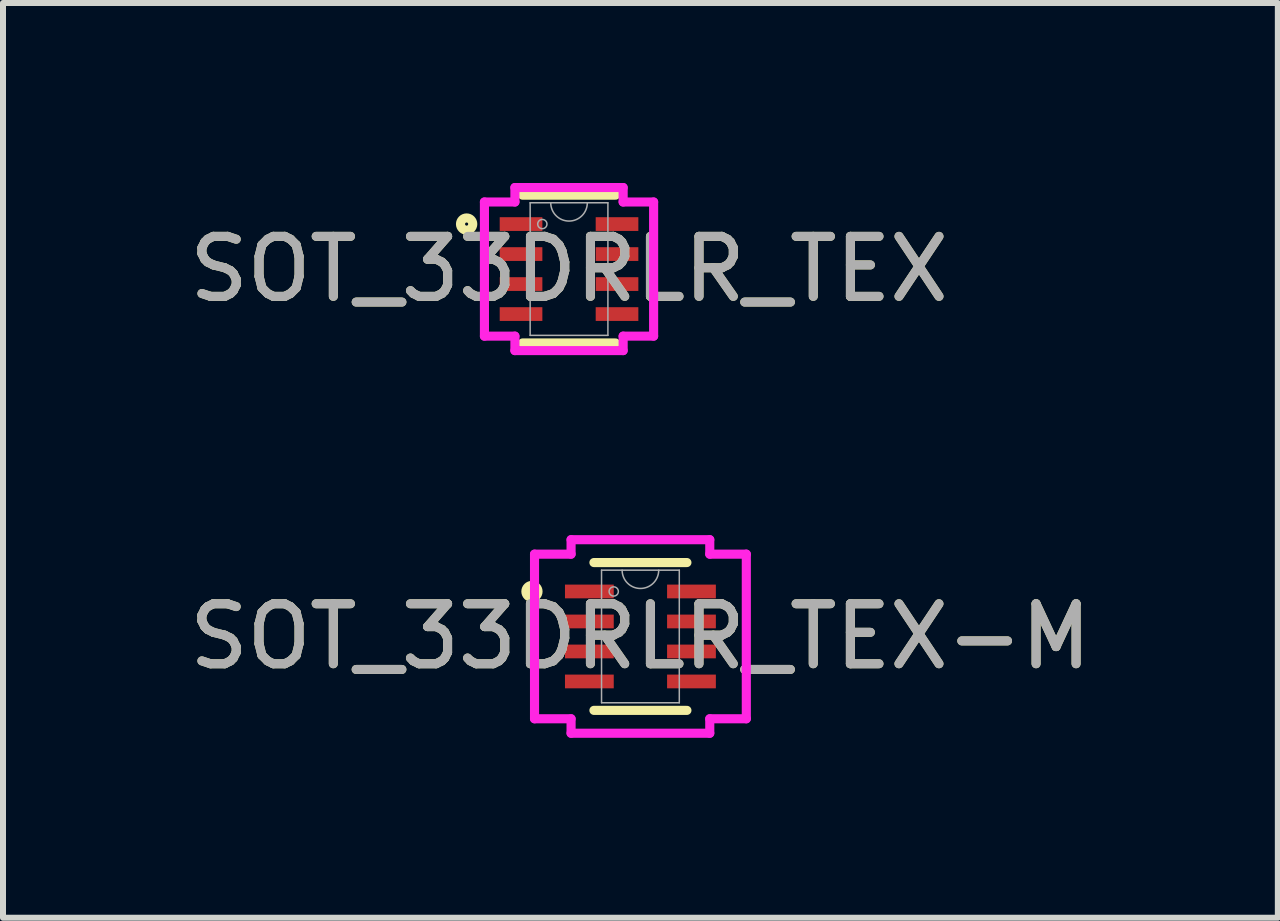
<source format=kicad_pcb>
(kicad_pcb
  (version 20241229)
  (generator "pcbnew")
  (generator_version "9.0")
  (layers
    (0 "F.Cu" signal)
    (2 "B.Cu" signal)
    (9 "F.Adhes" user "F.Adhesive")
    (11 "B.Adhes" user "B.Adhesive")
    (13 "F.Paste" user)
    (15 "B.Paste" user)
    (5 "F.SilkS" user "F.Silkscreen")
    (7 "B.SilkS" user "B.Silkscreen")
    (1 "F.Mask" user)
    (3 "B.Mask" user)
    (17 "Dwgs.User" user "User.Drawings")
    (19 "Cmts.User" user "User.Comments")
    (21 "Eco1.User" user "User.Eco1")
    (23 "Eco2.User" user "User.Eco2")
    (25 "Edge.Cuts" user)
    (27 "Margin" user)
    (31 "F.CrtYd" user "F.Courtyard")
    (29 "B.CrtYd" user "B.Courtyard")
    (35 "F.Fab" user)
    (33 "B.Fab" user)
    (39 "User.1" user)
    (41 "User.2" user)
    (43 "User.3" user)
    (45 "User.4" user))
  (footprint "SOT_33DRLR_TEX-M"
    (layer "F.Cu")
    (at 7.625 7.559)
    (property "Reference" "SOT_33DRLR_TEX-M" (at 0 0 0) (unlocked yes) (layer "F.SilkS") (effects (font (size 1 1) (thickness 0.15))))
    (attr smd)
    (fp_line (start -0.775 1.232) (end 0.775 1.232) (stroke (width 0.152) (type solid)) (layer "F.SilkS"))
    (fp_line (start 0.775 -1.232) (end -0.775 -1.232) (stroke (width 0.152) (type solid)) (layer "F.SilkS"))
    (fp_circle (center -1.808 -0.75) (end -1.707 -0.75) (stroke (width 0.152) (type solid)) (fill no) (layer "F.SilkS"))
    (fp_line (start -1.765 -1.372) (end -1.156 -1.372) (stroke (width 0.152) (type solid)) (layer "F.CrtYd"))
    (fp_line (start -1.765 1.372) (end -1.765 -1.372) (stroke (width 0.152) (type solid)) (layer "F.CrtYd"))
    (fp_line (start -1.765 1.372) (end -1.156 1.372) (stroke (width 0.152) (type solid)) (layer "F.CrtYd"))
    (fp_line (start -1.156 -1.613) (end 1.156 -1.613) (stroke (width 0.152) (type solid)) (layer "F.CrtYd"))
    (fp_line (start -1.156 -1.372) (end -1.156 -1.613) (stroke (width 0.152) (type solid)) (layer "F.CrtYd"))
    (fp_line (start -1.156 1.613) (end -1.156 1.372) (stroke (width 0.152) (type solid)) (layer "F.CrtYd"))
    (fp_line (start 1.156 -1.613) (end 1.156 -1.372) (stroke (width 0.152) (type solid)) (layer "F.CrtYd"))
    (fp_line (start 1.156 1.372) (end 1.156 1.613) (stroke (width 0.152) (type solid)) (layer "F.CrtYd"))
    (fp_line (start 1.156 1.613) (end -1.156 1.613) (stroke (width 0.152) (type solid)) (layer "F.CrtYd"))
    (fp_line (start 1.765 -1.372) (end 1.156 -1.372) (stroke (width 0.152) (type solid)) (layer "F.CrtYd"))
    (fp_line (start 1.765 -1.372) (end 1.765 1.372) (stroke (width 0.152) (type solid)) (layer "F.CrtYd"))
    (fp_line (start 1.765 1.372) (end 1.156 1.372) (stroke (width 0.152) (type solid)) (layer "F.CrtYd"))
    (fp_line (start -0.648 -1.105) (end -0.648 1.105) (stroke (width 0.025) (type solid)) (layer "F.Fab"))
    (fp_line (start -0.648 1.105) (end 0.648 1.105) (stroke (width 0.025) (type solid)) (layer "F.Fab"))
    (fp_line (start 0.648 -1.105) (end -0.648 -1.105) (stroke (width 0.025) (type solid)) (layer "F.Fab"))
    (fp_line (start 0.648 1.105) (end 0.648 -1.105) (stroke (width 0.025) (type solid)) (layer "F.Fab"))
    (fp_arc (start 0.3048 -1.1049) (mid 0 -0.8001) (end -0.3048 -1.1049) (stroke (width 0.0254) (type solid)) (layer "F.Fab"))
    (fp_circle (center -0.445 -0.75) (end -0.368 -0.75) (stroke (width 0.025) (type solid)) (fill no) (layer "F.Fab"))
    (fp_text user "${REFERENCE}" (at 0 0 0) (unlocked yes) (layer "F.Fab") (effects (font (size 1 1) (thickness 0.15))))
    (pad "1" smd rect (at -0.851 -0.75) (size 0.813 0.229) (layers "F.Cu" "F.Mask" "F.Paste"))
    (pad "2" smd rect (at -0.851 -0.25) (size 0.813 0.229) (layers "F.Cu" "F.Mask" "F.Paste"))
    (pad "3" smd rect (at -0.851 0.25) (size 0.813 0.229) (layers "F.Cu" "F.Mask" "F.Paste"))
    (pad "4" smd rect (at -0.851 0.75) (size 0.813 0.229) (layers "F.Cu" "F.Mask" "F.Paste"))
    (pad "5" smd rect (at 0.851 0.75) (size 0.813 0.229) (layers "F.Cu" "F.Mask" "F.Paste"))
    (pad "6" smd rect (at 0.851 0.25) (size 0.813 0.229) (layers "F.Cu" "F.Mask" "F.Paste"))
    (pad "7" smd rect (at 0.851 -0.25) (size 0.813 0.229) (layers "F.Cu" "F.Mask" "F.Paste"))
    (pad "8" smd rect (at 0.851 -0.75) (size 0.813 0.229) (layers "F.Cu" "F.Mask" "F.Paste")))
  (footprint "SOT_33DRLR_TEX"
    (layer "F.Cu")
    (at 6.435 1.435)
    (property "Reference" "SOT_33DRLR_TEX" (at 0 0 0) (unlocked yes) (layer "F.SilkS") (effects (font (size 1 1) (thickness 0.15))))
    (attr smd)
    (fp_line (start -0.775 1.232) (end 0.775 1.232) (stroke (width 0.152) (type solid)) (layer "F.SilkS"))
    (fp_line (start 0.775 -1.232) (end -0.775 -1.232) (stroke (width 0.152) (type solid)) (layer "F.SilkS"))
    (fp_circle (center -1.707 -0.75) (end -1.605 -0.75) (stroke (width 0.152) (type solid)) (fill no) (layer "F.SilkS"))
    (fp_line (start -1.41 -1.118) (end -0.902 -1.118) (stroke (width 0.152) (type solid)) (layer "F.CrtYd"))
    (fp_line (start -1.41 1.118) (end -1.41 -1.118) (stroke (width 0.152) (type solid)) (layer "F.CrtYd"))
    (fp_line (start -1.41 1.118) (end -0.902 1.118) (stroke (width 0.152) (type solid)) (layer "F.CrtYd"))
    (fp_line (start -0.902 -1.359) (end 0.902 -1.359) (stroke (width 0.152) (type solid)) (layer "F.CrtYd"))
    (fp_line (start -0.902 -1.118) (end -0.902 -1.359) (stroke (width 0.152) (type solid)) (layer "F.CrtYd"))
    (fp_line (start -0.902 1.359) (end -0.902 1.118) (stroke (width 0.152) (type solid)) (layer "F.CrtYd"))
    (fp_line (start 0.902 -1.359) (end 0.902 -1.118) (stroke (width 0.152) (type solid)) (layer "F.CrtYd"))
    (fp_line (start 0.902 1.118) (end 0.902 1.359) (stroke (width 0.152) (type solid)) (layer "F.CrtYd"))
    (fp_line (start 0.902 1.359) (end -0.902 1.359) (stroke (width 0.152) (type solid)) (layer "F.CrtYd"))
    (fp_line (start 1.41 -1.118) (end 0.902 -1.118) (stroke (width 0.152) (type solid)) (layer "F.CrtYd"))
    (fp_line (start 1.41 -1.118) (end 1.41 1.118) (stroke (width 0.152) (type solid)) (layer "F.CrtYd"))
    (fp_line (start 1.41 1.118) (end 0.902 1.118) (stroke (width 0.152) (type solid)) (layer "F.CrtYd"))
    (fp_line (start -0.648 -1.105) (end -0.648 1.105) (stroke (width 0.025) (type solid)) (layer "F.Fab"))
    (fp_line (start -0.648 1.105) (end 0.648 1.105) (stroke (width 0.025) (type solid)) (layer "F.Fab"))
    (fp_line (start 0.648 -1.105) (end -0.648 -1.105) (stroke (width 0.025) (type solid)) (layer "F.Fab"))
    (fp_line (start 0.648 1.105) (end 0.648 -1.105) (stroke (width 0.025) (type solid)) (layer "F.Fab"))
    (fp_arc (start 0.3048 -1.1049) (mid 0 -0.8001) (end -0.3048 -1.1049) (stroke (width 0.0254) (type solid)) (layer "F.Fab"))
    (fp_circle (center -0.445 -0.75) (end -0.368 -0.75) (stroke (width 0.025) (type solid)) (fill no) (layer "F.Fab"))
    (fp_text user "${REFERENCE}" (at 0 0 0) (unlocked yes) (layer "F.Fab") (effects (font (size 1 1) (thickness 0.15))))
    (pad "1" smd rect (at -0.8 -0.75) (size 0.711 0.229) (layers "F.Cu" "F.Mask" "F.Paste"))
    (pad "2" smd rect (at -0.8 -0.25) (size 0.711 0.229) (layers "F.Cu" "F.Mask" "F.Paste"))
    (pad "3" smd rect (at -0.8 0.25) (size 0.711 0.229) (layers "F.Cu" "F.Mask" "F.Paste"))
    (pad "4" smd rect (at -0.8 0.75) (size 0.711 0.229) (layers "F.Cu" "F.Mask" "F.Paste"))
    (pad "5" smd rect (at 0.8 0.75) (size 0.711 0.229) (layers "F.Cu" "F.Mask" "F.Paste"))
    (pad "6" smd rect (at 0.8 0.25) (size 0.711 0.229) (layers "F.Cu" "F.Mask" "F.Paste"))
    (pad "7" smd rect (at 0.8 -0.25) (size 0.711 0.229) (layers "F.Cu" "F.Mask" "F.Paste"))
    (pad "8" smd rect (at 0.8 -0.75) (size 0.711 0.229) (layers "F.Cu" "F.Mask" "F.Paste")))
  (gr_rect
    (start -3 -3)
    (end 18.25 12.248)
    (stroke (width 0.1) (type default))
    (fill no)
    (layer "Edge.Cuts")))
</source>
